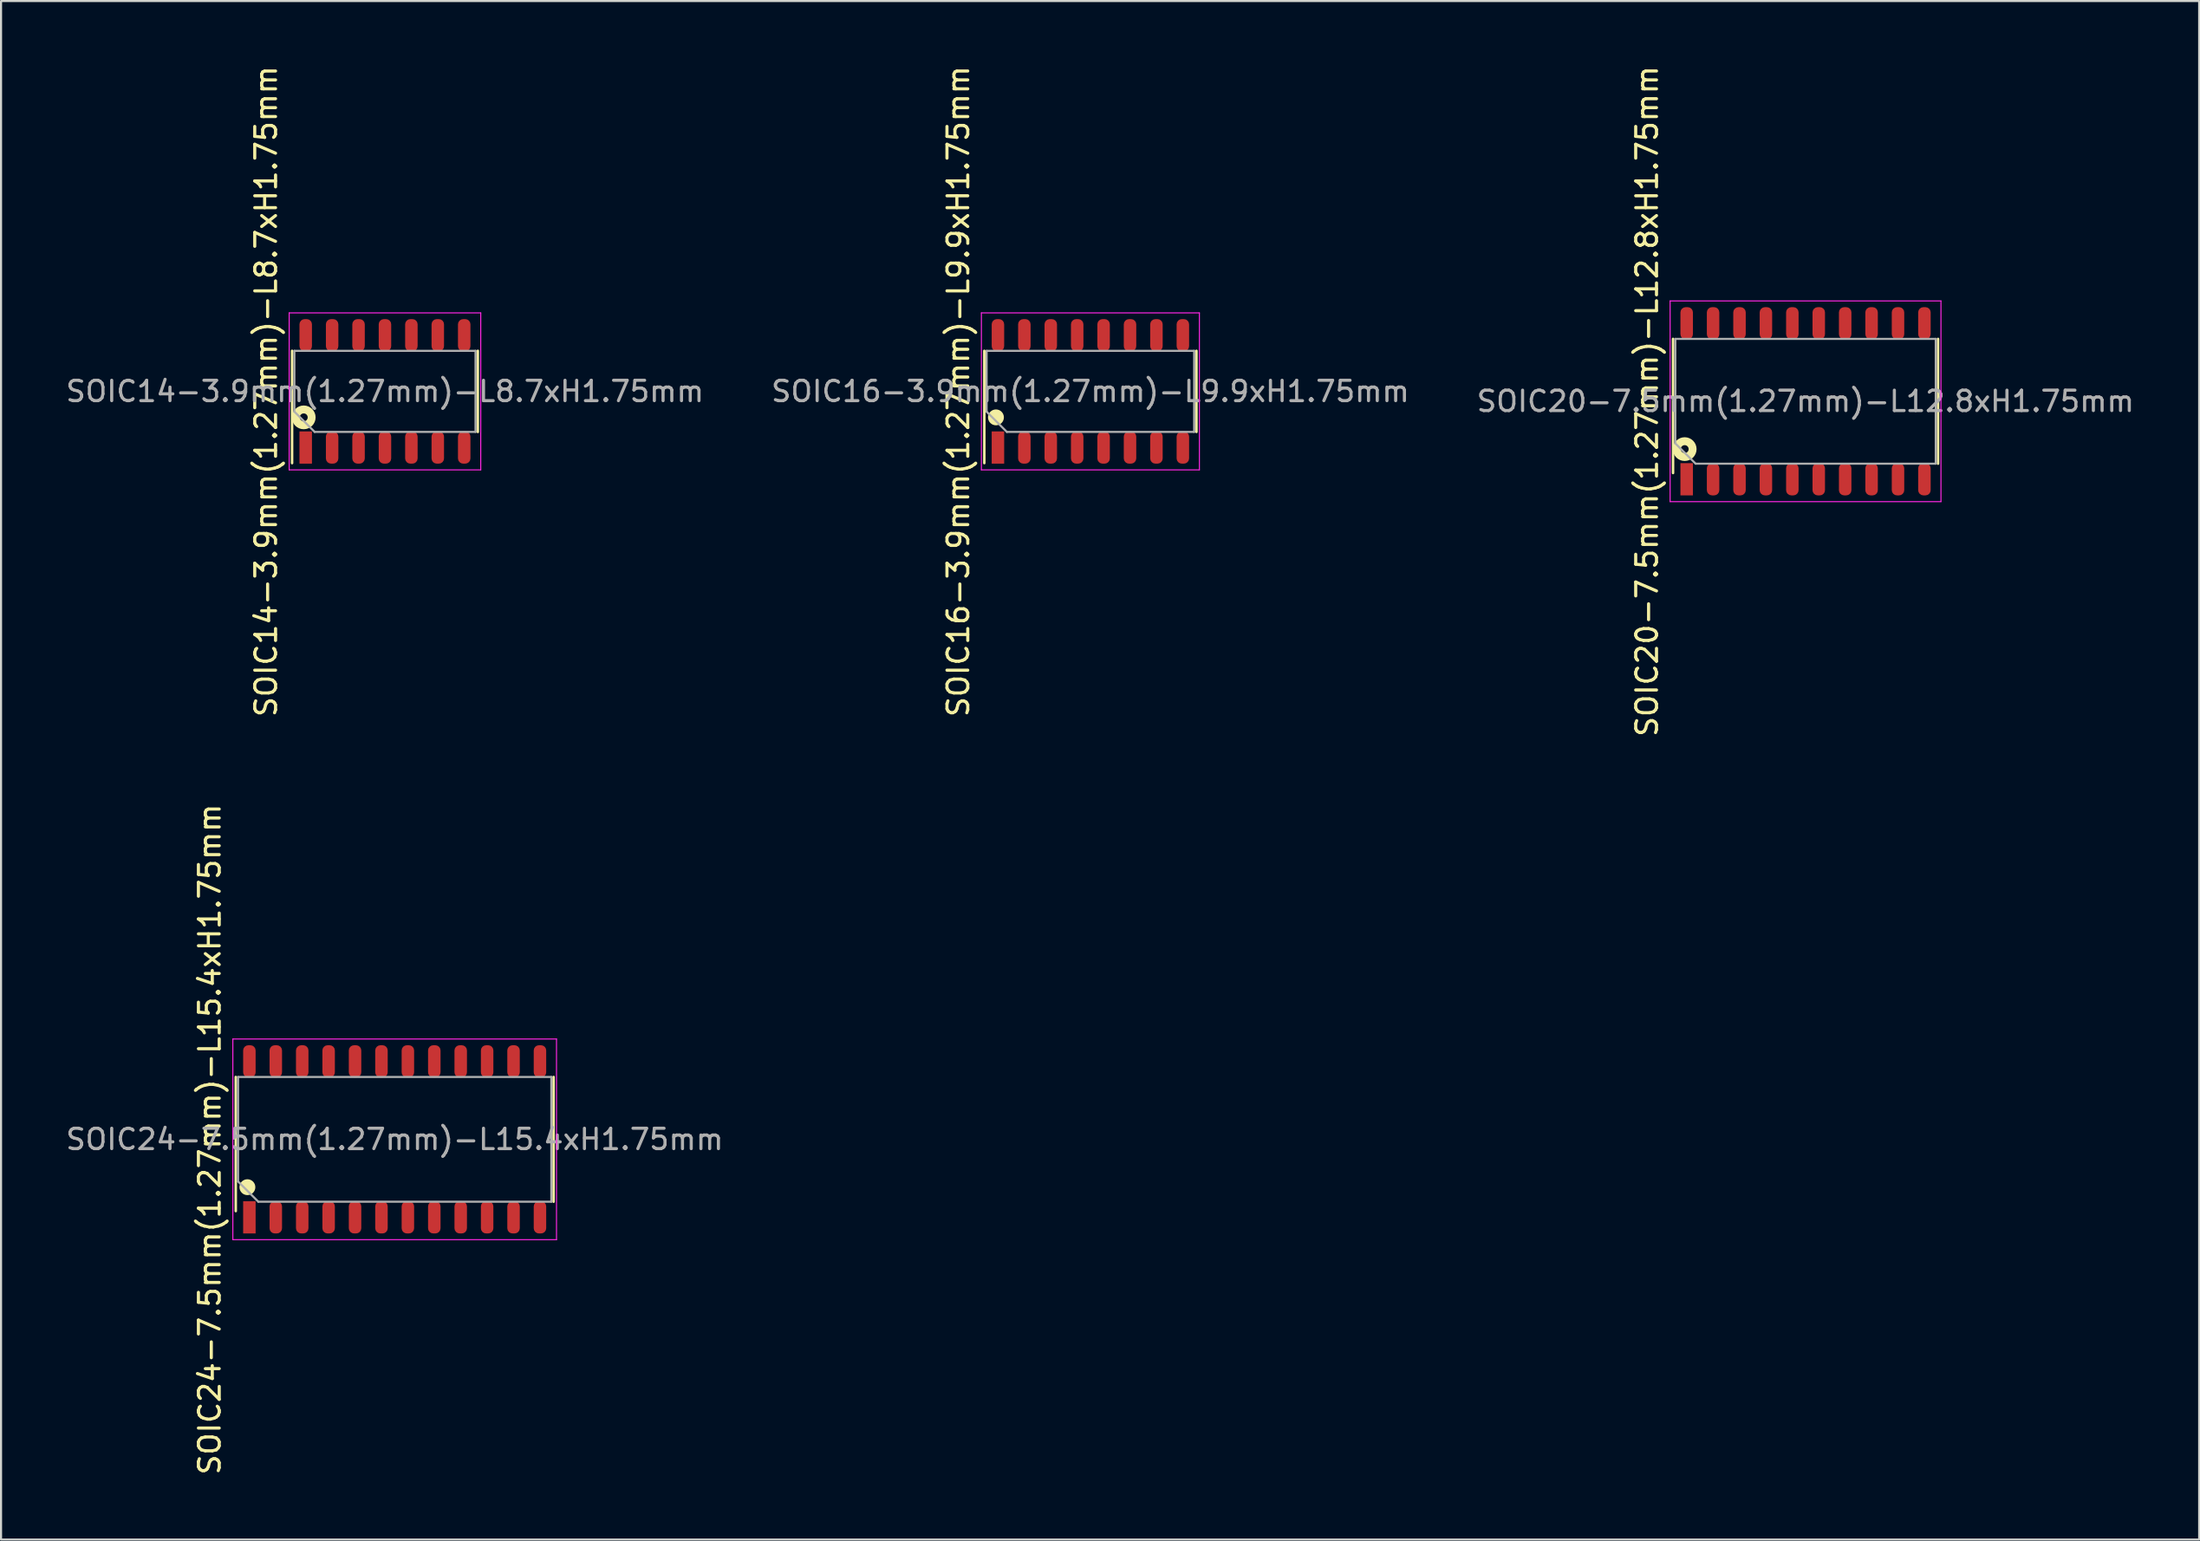
<source format=kicad_pcb>
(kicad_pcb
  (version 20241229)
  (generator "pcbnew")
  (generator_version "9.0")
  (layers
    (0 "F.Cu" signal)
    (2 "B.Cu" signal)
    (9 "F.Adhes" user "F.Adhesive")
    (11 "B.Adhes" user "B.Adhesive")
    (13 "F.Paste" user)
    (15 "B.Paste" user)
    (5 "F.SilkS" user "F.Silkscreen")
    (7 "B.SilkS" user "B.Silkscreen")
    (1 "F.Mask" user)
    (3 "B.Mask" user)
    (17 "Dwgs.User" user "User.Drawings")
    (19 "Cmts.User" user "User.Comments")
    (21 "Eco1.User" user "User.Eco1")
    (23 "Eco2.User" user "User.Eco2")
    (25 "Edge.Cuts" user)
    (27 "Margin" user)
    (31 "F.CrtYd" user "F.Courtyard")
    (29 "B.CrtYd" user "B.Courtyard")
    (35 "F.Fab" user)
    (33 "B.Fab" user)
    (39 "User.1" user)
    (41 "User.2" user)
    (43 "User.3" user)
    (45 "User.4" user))
  (footprint "SOIC24-7.5mm(1.27mm)-L15.4xH1.75mm"
    (layer "F.Cu")
    (at 15.924 51.732)
    (property "Reference" "SOIC24-7.5mm(1.27mm)-L15.4xH1.75mm" (at -8.89 0 90) (unlocked yes) (layer "F.SilkS") (effects (font (size 1 1) (thickness 0.15))))
    (attr smd)
    (fp_line (start -7.64 3.45) (end -7.64 -3) (stroke (width 0.12) (type solid)) (layer "F.SilkS"))
    (fp_line (start 7.64 3) (end 7.64 -3) (stroke (width 0.12) (type solid)) (layer "F.SilkS"))
    (fp_circle (center -7.08 2.3) (end -6.889 2.3) (stroke (width 0.381) (type solid)) (fill no) (layer "F.SilkS"))
    (fp_line (start -7.78 -4.825) (end -7.78 4.825) (stroke (width 0.05) (type solid)) (layer "F.CrtYd"))
    (fp_line (start -7.78 4.825) (end 7.78 4.825) (stroke (width 0.05) (type solid)) (layer "F.CrtYd"))
    (fp_line (start 7.78 -4.825) (end -7.78 -4.825) (stroke (width 0.05) (type solid)) (layer "F.CrtYd"))
    (fp_line (start 7.78 4.825) (end 7.78 -4.825) (stroke (width 0.05) (type solid)) (layer "F.CrtYd"))
    (fp_line (start -7.53 -3) (end 7.53 -3) (stroke (width 0.1) (type solid)) (layer "F.Fab"))
    (fp_line (start -7.53 2.025) (end -7.53 -3) (stroke (width 0.1) (type solid)) (layer "F.Fab"))
    (fp_line (start -6.555 3) (end -7.53 2.025) (stroke (width 0.1) (type solid)) (layer "F.Fab"))
    (fp_line (start 7.53 -3) (end 7.53 3) (stroke (width 0.1) (type solid)) (layer "F.Fab"))
    (fp_line (start 7.53 3) (end -6.555 3) (stroke (width 0.1) (type solid)) (layer "F.Fab"))
    (fp_text user "${REFERENCE}" (at 0 0 180) (layer "F.Fab") (effects (font (size 0.98 0.98) (thickness 0.15))))
    (pad "1" smd rect (at -6.985 3.75 90) (size 1.55 0.6) (layers "F.Cu" "F.Mask" "F.Paste"))
    (pad "2" smd roundrect (at -5.715 3.75 90) (size 1.55 0.6) (layers "F.Cu" "F.Mask" "F.Paste") (roundrect_rratio 0.417))
    (pad "3" smd roundrect (at -4.445 3.75 90) (size 1.55 0.6) (layers "F.Cu" "F.Mask" "F.Paste") (roundrect_rratio 0.417))
    (pad "4" smd roundrect (at -3.175 3.75 90) (size 1.55 0.6) (layers "F.Cu" "F.Mask" "F.Paste") (roundrect_rratio 0.417))
    (pad "5" smd roundrect (at -1.905 3.75 90) (size 1.55 0.6) (layers "F.Cu" "F.Mask" "F.Paste") (roundrect_rratio 0.417))
    (pad "6" smd roundrect (at -0.635 3.75 90) (size 1.55 0.6) (layers "F.Cu" "F.Mask" "F.Paste") (roundrect_rratio 0.417))
    (pad "7" smd roundrect (at 0.635 3.75 90) (size 1.55 0.6) (layers "F.Cu" "F.Mask" "F.Paste") (roundrect_rratio 0.417))
    (pad "8" smd roundrect (at 1.905 3.75 90) (size 1.55 0.6) (layers "F.Cu" "F.Mask" "F.Paste") (roundrect_rratio 0.417))
    (pad "9" smd roundrect (at 3.175 3.75 270) (size 1.55 0.6) (layers "F.Cu" "F.Mask" "F.Paste") (roundrect_rratio 0.417))
    (pad "10" smd roundrect (at 4.445 3.75 270) (size 1.55 0.6) (layers "F.Cu" "F.Mask" "F.Paste") (roundrect_rratio 0.417))
    (pad "11" smd roundrect (at 5.715 3.75 270) (size 1.55 0.6) (layers "F.Cu" "F.Mask" "F.Paste") (roundrect_rratio 0.417))
    (pad "12" smd roundrect (at 6.985 3.75 270) (size 1.55 0.6) (layers "F.Cu" "F.Mask" "F.Paste") (roundrect_rratio 0.417))
    (pad "13" smd roundrect (at 6.985 -3.75 90) (size 1.55 0.6) (layers "F.Cu" "F.Mask" "F.Paste") (roundrect_rratio 0.417))
    (pad "14" smd roundrect (at 5.715 -3.75 90) (size 1.55 0.6) (layers "F.Cu" "F.Mask" "F.Paste") (roundrect_rratio 0.417))
    (pad "15" smd roundrect (at 4.445 -3.75 90) (size 1.55 0.6) (layers "F.Cu" "F.Mask" "F.Paste") (roundrect_rratio 0.417))
    (pad "16" smd roundrect (at 3.175 -3.75 90) (size 1.55 0.6) (layers "F.Cu" "F.Mask" "F.Paste") (roundrect_rratio 0.417))
    (pad "17" smd roundrect (at 1.905 -3.75 90) (size 1.55 0.6) (layers "F.Cu" "F.Mask" "F.Paste") (roundrect_rratio 0.417))
    (pad "18" smd roundrect (at 0.635 -3.75 90) (size 1.55 0.6) (layers "F.Cu" "F.Mask" "F.Paste") (roundrect_rratio 0.417))
    (pad "19" smd roundrect (at -0.635 -3.75 90) (size 1.55 0.6) (layers "F.Cu" "F.Mask" "F.Paste") (roundrect_rratio 0.417))
    (pad "20" smd roundrect (at -1.905 -3.75 90) (size 1.55 0.6) (layers "F.Cu" "F.Mask" "F.Paste") (roundrect_rratio 0.417))
    (pad "21" smd roundrect (at -3.175 -3.75 90) (size 1.55 0.6) (layers "F.Cu" "F.Mask" "F.Paste") (roundrect_rratio 0.417))
    (pad "22" smd roundrect (at -4.445 -3.75 90) (size 1.55 0.6) (layers "F.Cu" "F.Mask" "F.Paste") (roundrect_rratio 0.417))
    (pad "23" smd roundrect (at -5.715 -3.75 90) (size 1.55 0.6) (layers "F.Cu" "F.Mask" "F.Paste") (roundrect_rratio 0.417))
    (pad "24" smd roundrect (at -6.985 -3.75 90) (size 1.55 0.6) (layers "F.Cu" "F.Mask" "F.Paste") (roundrect_rratio 0.417)))
  (footprint "SOIC16-3.9mm(1.27mm)-L9.9xH1.75mm"
    (layer "F.Cu")
    (at 49.371 15.768)
    (property "Reference" "SOIC16-3.9mm(1.27mm)-L9.9xH1.75mm" (at -6.35 0 90) (unlocked yes) (layer "F.SilkS") (effects (font (size 1 1) (thickness 0.15))))
    (attr smd)
    (fp_line (start -5.1 3.45) (end -5.1 -1.95) (stroke (width 0.12) (type solid)) (layer "F.SilkS"))
    (fp_line (start 5.1 1.95) (end 5.1 -1.95) (stroke (width 0.12) (type solid)) (layer "F.SilkS"))
    (fp_circle (center -4.54 1.25) (end -4.349 1.25) (stroke (width 0.381) (type solid)) (fill no) (layer "F.SilkS"))
    (fp_line (start -5.24 -3.775) (end -5.24 3.775) (stroke (width 0.05) (type solid)) (layer "F.CrtYd"))
    (fp_line (start -5.24 3.775) (end 5.24 3.775) (stroke (width 0.05) (type solid)) (layer "F.CrtYd"))
    (fp_line (start 5.24 -3.775) (end -5.24 -3.775) (stroke (width 0.05) (type solid)) (layer "F.CrtYd"))
    (fp_line (start 5.24 3.775) (end 5.24 -3.775) (stroke (width 0.05) (type solid)) (layer "F.CrtYd"))
    (fp_line (start -4.99 -1.95) (end 4.99 -1.95) (stroke (width 0.1) (type solid)) (layer "F.Fab"))
    (fp_line (start -4.99 0.975) (end -4.99 -1.95) (stroke (width 0.1) (type solid)) (layer "F.Fab"))
    (fp_line (start -4.015 1.95) (end -4.99 0.975) (stroke (width 0.1) (type solid)) (layer "F.Fab"))
    (fp_line (start 4.99 -1.95) (end 4.99 1.95) (stroke (width 0.1) (type solid)) (layer "F.Fab"))
    (fp_line (start 4.99 1.95) (end -4.015 1.95) (stroke (width 0.1) (type solid)) (layer "F.Fab"))
    (fp_text user "${REFERENCE}" (at 0 0 180) (layer "F.Fab") (effects (font (size 0.98 0.98) (thickness 0.15))))
    (pad "1" smd rect (at -4.445 2.7 90) (size 1.55 0.6) (layers "F.Cu" "F.Mask" "F.Paste"))
    (pad "2" smd roundrect (at -3.175 2.7 90) (size 1.55 0.6) (layers "F.Cu" "F.Mask" "F.Paste") (roundrect_rratio 0.417))
    (pad "3" smd roundrect (at -1.905 2.7 90) (size 1.55 0.6) (layers "F.Cu" "F.Mask" "F.Paste") (roundrect_rratio 0.417))
    (pad "4" smd roundrect (at -0.635 2.7 90) (size 1.55 0.6) (layers "F.Cu" "F.Mask" "F.Paste") (roundrect_rratio 0.417))
    (pad "5" smd roundrect (at 0.635 2.7 90) (size 1.55 0.6) (layers "F.Cu" "F.Mask" "F.Paste") (roundrect_rratio 0.417))
    (pad "6" smd roundrect (at 1.905 2.7 90) (size 1.55 0.6) (layers "F.Cu" "F.Mask" "F.Paste") (roundrect_rratio 0.417))
    (pad "7" smd roundrect (at 3.175 2.7 90) (size 1.55 0.6) (layers "F.Cu" "F.Mask" "F.Paste") (roundrect_rratio 0.417))
    (pad "8" smd roundrect (at 4.445 2.7 90) (size 1.55 0.6) (layers "F.Cu" "F.Mask" "F.Paste") (roundrect_rratio 0.417))
    (pad "9" smd roundrect (at 4.445 -2.7 90) (size 1.55 0.6) (layers "F.Cu" "F.Mask" "F.Paste") (roundrect_rratio 0.417))
    (pad "10" smd roundrect (at 3.175 -2.7 90) (size 1.55 0.6) (layers "F.Cu" "F.Mask" "F.Paste") (roundrect_rratio 0.417))
    (pad "11" smd roundrect (at 1.905 -2.7 90) (size 1.55 0.6) (layers "F.Cu" "F.Mask" "F.Paste") (roundrect_rratio 0.417))
    (pad "12" smd roundrect (at 0.635 -2.7 90) (size 1.55 0.6) (layers "F.Cu" "F.Mask" "F.Paste") (roundrect_rratio 0.417))
    (pad "13" smd roundrect (at -0.635 -2.7 90) (size 1.55 0.6) (layers "F.Cu" "F.Mask" "F.Paste") (roundrect_rratio 0.417))
    (pad "14" smd roundrect (at -1.905 -2.7 90) (size 1.55 0.6) (layers "F.Cu" "F.Mask" "F.Paste") (roundrect_rratio 0.417))
    (pad "15" smd roundrect (at -3.175 -2.7 90) (size 1.55 0.6) (layers "F.Cu" "F.Mask" "F.Paste") (roundrect_rratio 0.417))
    (pad "16" smd roundrect (at -4.445 -2.7 90) (size 1.55 0.6) (layers "F.Cu" "F.Mask" "F.Paste") (roundrect_rratio 0.417)))
  (footprint "SOIC20-7.5mm(1.27mm)-L12.8xH1.75mm"
    (layer "F.Cu")
    (at 83.752 16.244)
    (property "Reference" "SOIC20-7.5mm(1.27mm)-L12.8xH1.75mm" (at -7.62 0 90) (unlocked yes) (layer "F.SilkS") (effects (font (size 1 1) (thickness 0.15))))
    (attr smd)
    (fp_line (start -6.37 3.45) (end -6.37 -3) (stroke (width 0.12) (type solid)) (layer "F.SilkS"))
    (fp_line (start 6.37 3) (end 6.37 -3) (stroke (width 0.12) (type solid)) (layer "F.SilkS"))
    (fp_circle (center -5.81 2.3) (end -5.62 2.3) (stroke (width 0.381) (type solid)) (fill no) (layer "F.SilkS"))
    (fp_line (start -6.51 -4.825) (end -6.51 4.825) (stroke (width 0.05) (type solid)) (layer "F.CrtYd"))
    (fp_line (start -6.51 4.825) (end 6.51 4.825) (stroke (width 0.05) (type solid)) (layer "F.CrtYd"))
    (fp_line (start 6.51 -4.825) (end -6.51 -4.825) (stroke (width 0.05) (type solid)) (layer "F.CrtYd"))
    (fp_line (start 6.51 4.825) (end 6.51 -4.825) (stroke (width 0.05) (type solid)) (layer "F.CrtYd"))
    (fp_line (start -6.26 -3) (end 6.26 -3) (stroke (width 0.1) (type solid)) (layer "F.Fab"))
    (fp_line (start -6.26 2.025) (end -6.26 -3) (stroke (width 0.1) (type solid)) (layer "F.Fab"))
    (fp_line (start -5.285 3) (end -6.26 2.025) (stroke (width 0.1) (type solid)) (layer "F.Fab"))
    (fp_line (start 6.26 -3) (end 6.26 3) (stroke (width 0.1) (type solid)) (layer "F.Fab"))
    (fp_line (start 6.26 3) (end -5.285 3) (stroke (width 0.1) (type solid)) (layer "F.Fab"))
    (fp_text user "${REFERENCE}" (at 0 0 180) (layer "F.Fab") (effects (font (size 0.98 0.98) (thickness 0.15))))
    (pad "1" smd rect (at -5.715 3.75 90) (size 1.55 0.6) (layers "F.Cu" "F.Mask" "F.Paste"))
    (pad "2" smd roundrect (at -4.445 3.75 90) (size 1.55 0.6) (layers "F.Cu" "F.Mask" "F.Paste") (roundrect_rratio 0.417))
    (pad "3" smd roundrect (at -3.175 3.75 90) (size 1.55 0.6) (layers "F.Cu" "F.Mask" "F.Paste") (roundrect_rratio 0.417))
    (pad "4" smd roundrect (at -1.905 3.75 90) (size 1.55 0.6) (layers "F.Cu" "F.Mask" "F.Paste") (roundrect_rratio 0.417))
    (pad "5" smd roundrect (at -0.635 3.75 90) (size 1.55 0.6) (layers "F.Cu" "F.Mask" "F.Paste") (roundrect_rratio 0.417))
    (pad "6" smd roundrect (at 0.635 3.75 90) (size 1.55 0.6) (layers "F.Cu" "F.Mask" "F.Paste") (roundrect_rratio 0.417))
    (pad "7" smd roundrect (at 1.905 3.75 90) (size 1.55 0.6) (layers "F.Cu" "F.Mask" "F.Paste") (roundrect_rratio 0.417))
    (pad "8" smd roundrect (at 3.175 3.75 90) (size 1.55 0.6) (layers "F.Cu" "F.Mask" "F.Paste") (roundrect_rratio 0.417))
    (pad "9" smd roundrect (at 4.445 3.75 270) (size 1.55 0.6) (layers "F.Cu" "F.Mask" "F.Paste") (roundrect_rratio 0.417))
    (pad "10" smd roundrect (at 5.715 3.75 270) (size 1.55 0.6) (layers "F.Cu" "F.Mask" "F.Paste") (roundrect_rratio 0.417))
    (pad "11" smd roundrect (at 5.715 -3.75 90) (size 1.55 0.6) (layers "F.Cu" "F.Mask" "F.Paste") (roundrect_rratio 0.417))
    (pad "12" smd roundrect (at 4.445 -3.75 90) (size 1.55 0.6) (layers "F.Cu" "F.Mask" "F.Paste") (roundrect_rratio 0.417))
    (pad "13" smd roundrect (at 3.175 -3.75 90) (size 1.55 0.6) (layers "F.Cu" "F.Mask" "F.Paste") (roundrect_rratio 0.417))
    (pad "14" smd roundrect (at 1.905 -3.75 90) (size 1.55 0.6) (layers "F.Cu" "F.Mask" "F.Paste") (roundrect_rratio 0.417))
    (pad "15" smd roundrect (at 0.635 -3.75 90) (size 1.55 0.6) (layers "F.Cu" "F.Mask" "F.Paste") (roundrect_rratio 0.417))
    (pad "16" smd roundrect (at -0.635 -3.75 90) (size 1.55 0.6) (layers "F.Cu" "F.Mask" "F.Paste") (roundrect_rratio 0.417))
    (pad "17" smd roundrect (at -1.905 -3.75 90) (size 1.55 0.6) (layers "F.Cu" "F.Mask" "F.Paste") (roundrect_rratio 0.417))
    (pad "18" smd roundrect (at -3.175 -3.75 90) (size 1.55 0.6) (layers "F.Cu" "F.Mask" "F.Paste") (roundrect_rratio 0.417))
    (pad "19" smd roundrect (at -4.445 -3.75 90) (size 1.55 0.6) (layers "F.Cu" "F.Mask" "F.Paste") (roundrect_rratio 0.417))
    (pad "20" smd roundrect (at -5.715 -3.75 90) (size 1.55 0.6) (layers "F.Cu" "F.Mask" "F.Paste") (roundrect_rratio 0.417)))
  (footprint "SOIC14-3.9mm(1.27mm)-L8.7xH1.75mm"
    (layer "F.Cu")
    (at 15.457 15.768)
    (property "Reference" "SOIC14-3.9mm(1.27mm)-L8.7xH1.75mm" (at -5.715 0 90) (unlocked yes) (layer "F.SilkS") (effects (font (size 1 1) (thickness 0.15))))
    (attr smd)
    (fp_line (start -4.465 3.45) (end -4.465 -1.95) (stroke (width 0.12) (type solid)) (layer "F.SilkS"))
    (fp_line (start 4.465 1.95) (end 4.465 -1.95) (stroke (width 0.12) (type solid)) (layer "F.SilkS"))
    (fp_circle (center -3.905 1.25) (end -3.715 1.25) (stroke (width 0.381) (type solid)) (fill no) (layer "F.SilkS"))
    (fp_line (start -4.605 -3.775) (end -4.605 3.775) (stroke (width 0.05) (type solid)) (layer "F.CrtYd"))
    (fp_line (start -4.605 3.775) (end 4.605 3.775) (stroke (width 0.05) (type solid)) (layer "F.CrtYd"))
    (fp_line (start 4.605 -3.775) (end -4.605 -3.775) (stroke (width 0.05) (type solid)) (layer "F.CrtYd"))
    (fp_line (start 4.605 3.775) (end 4.605 -3.775) (stroke (width 0.05) (type solid)) (layer "F.CrtYd"))
    (fp_line (start -4.355 -1.95) (end 4.355 -1.95) (stroke (width 0.1) (type solid)) (layer "F.Fab"))
    (fp_line (start -4.355 0.975) (end -4.355 -1.95) (stroke (width 0.1) (type solid)) (layer "F.Fab"))
    (fp_line (start -3.38 1.95) (end -4.355 0.975) (stroke (width 0.1) (type solid)) (layer "F.Fab"))
    (fp_line (start 4.355 -1.95) (end 4.355 1.95) (stroke (width 0.1) (type solid)) (layer "F.Fab"))
    (fp_line (start 4.355 1.95) (end -3.38 1.95) (stroke (width 0.1) (type solid)) (layer "F.Fab"))
    (fp_text user "${REFERENCE}" (at 0 0 180) (layer "F.Fab") (effects (font (size 0.98 0.98) (thickness 0.15))))
    (pad "1" smd rect (at -3.81 2.7 90) (size 1.55 0.6) (layers "F.Cu" "F.Mask" "F.Paste"))
    (pad "2" smd roundrect (at -2.54 2.7 90) (size 1.55 0.6) (layers "F.Cu" "F.Mask" "F.Paste") (roundrect_rratio 0.417))
    (pad "3" smd roundrect (at -1.27 2.7 90) (size 1.55 0.6) (layers "F.Cu" "F.Mask" "F.Paste") (roundrect_rratio 0.417))
    (pad "4" smd roundrect (at 0 2.7 90) (size 1.55 0.6) (layers "F.Cu" "F.Mask" "F.Paste") (roundrect_rratio 0.417))
    (pad "5" smd roundrect (at 1.27 2.7 90) (size 1.55 0.6) (layers "F.Cu" "F.Mask" "F.Paste") (roundrect_rratio 0.417))
    (pad "6" smd roundrect (at 2.54 2.7 90) (size 1.55 0.6) (layers "F.Cu" "F.Mask" "F.Paste") (roundrect_rratio 0.417))
    (pad "7" smd roundrect (at 3.81 2.7 90) (size 1.55 0.6) (layers "F.Cu" "F.Mask" "F.Paste") (roundrect_rratio 0.417))
    (pad "8" smd roundrect (at 3.81 -2.7 90) (size 1.55 0.6) (layers "F.Cu" "F.Mask" "F.Paste") (roundrect_rratio 0.417))
    (pad "9" smd roundrect (at 2.54 -2.7 90) (size 1.55 0.6) (layers "F.Cu" "F.Mask" "F.Paste") (roundrect_rratio 0.417))
    (pad "10" smd roundrect (at 1.27 -2.7 90) (size 1.55 0.6) (layers "F.Cu" "F.Mask" "F.Paste") (roundrect_rratio 0.417))
    (pad "11" smd roundrect (at 0 -2.7 90) (size 1.55 0.6) (layers "F.Cu" "F.Mask" "F.Paste") (roundrect_rratio 0.417))
    (pad "12" smd roundrect (at -1.27 -2.7 90) (size 1.55 0.6) (layers "F.Cu" "F.Mask" "F.Paste") (roundrect_rratio 0.417))
    (pad "13" smd roundrect (at -2.54 -2.7 90) (size 1.55 0.6) (layers "F.Cu" "F.Mask" "F.Paste") (roundrect_rratio 0.417))
    (pad "14" smd roundrect (at -3.81 -2.7 90) (size 1.55 0.6) (layers "F.Cu" "F.Mask" "F.Paste") (roundrect_rratio 0.417)))
  (gr_rect
    (start -3 -3)
    (end 102.675 70.976)
    (stroke (width 0.1) (type default))
    (fill no)
    (layer "Edge.Cuts")))
</source>
